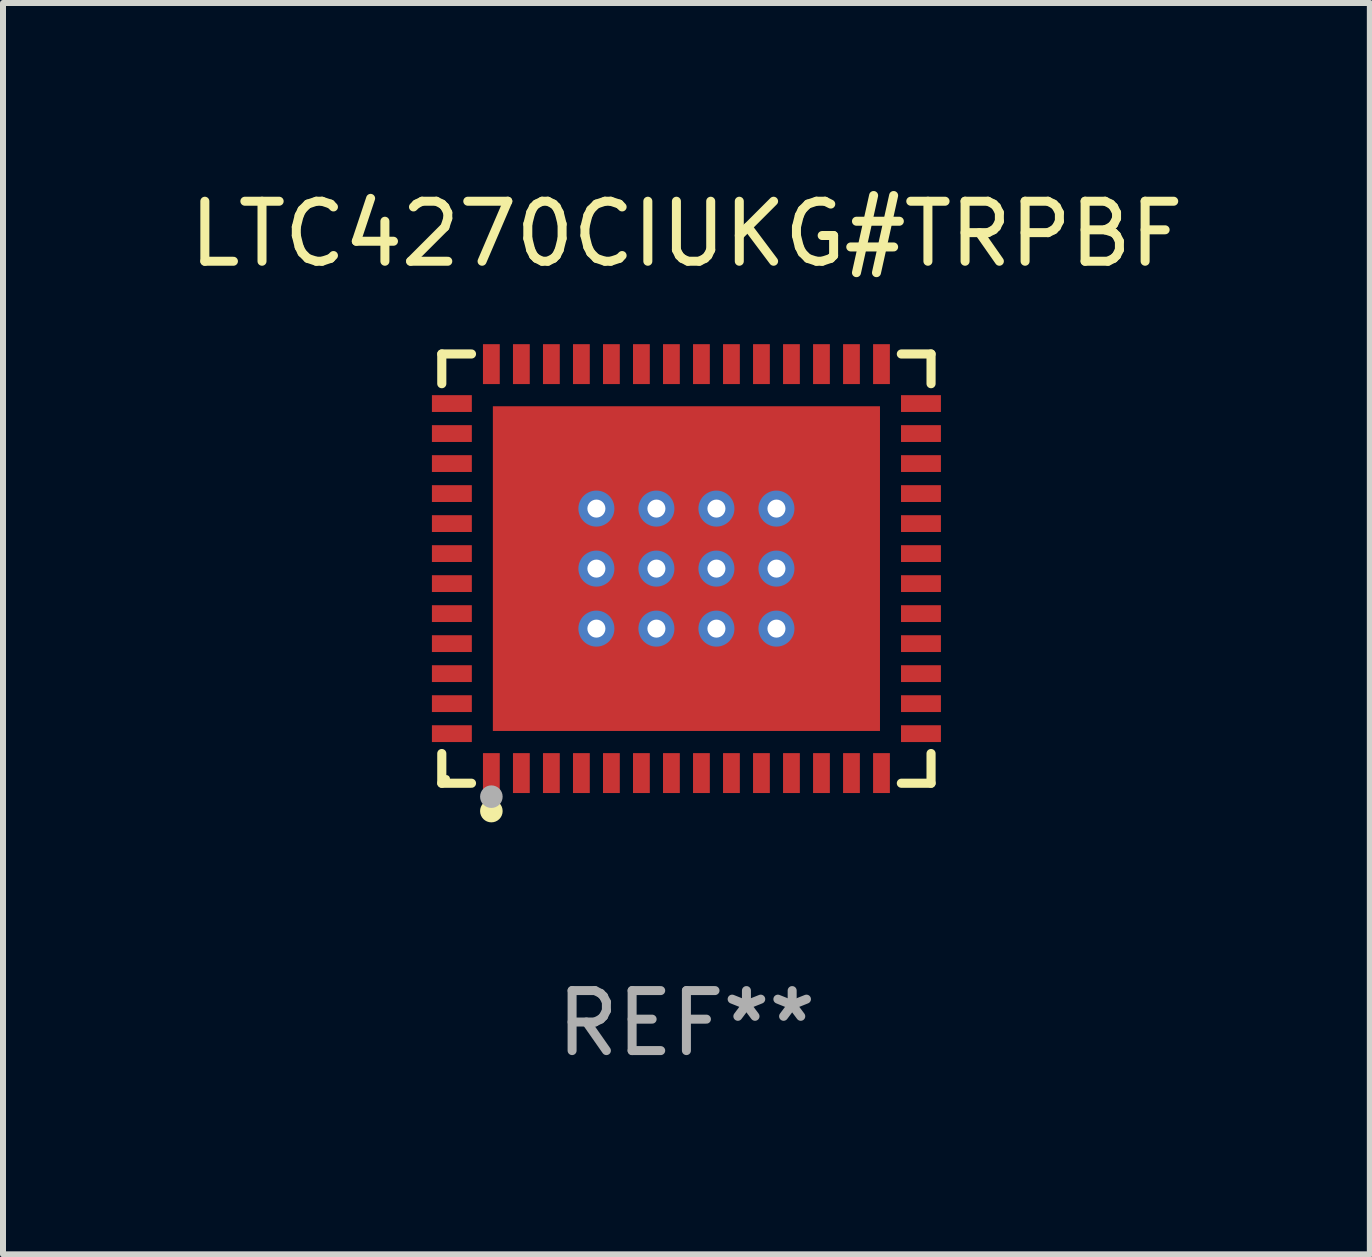
<source format=kicad_pcb>
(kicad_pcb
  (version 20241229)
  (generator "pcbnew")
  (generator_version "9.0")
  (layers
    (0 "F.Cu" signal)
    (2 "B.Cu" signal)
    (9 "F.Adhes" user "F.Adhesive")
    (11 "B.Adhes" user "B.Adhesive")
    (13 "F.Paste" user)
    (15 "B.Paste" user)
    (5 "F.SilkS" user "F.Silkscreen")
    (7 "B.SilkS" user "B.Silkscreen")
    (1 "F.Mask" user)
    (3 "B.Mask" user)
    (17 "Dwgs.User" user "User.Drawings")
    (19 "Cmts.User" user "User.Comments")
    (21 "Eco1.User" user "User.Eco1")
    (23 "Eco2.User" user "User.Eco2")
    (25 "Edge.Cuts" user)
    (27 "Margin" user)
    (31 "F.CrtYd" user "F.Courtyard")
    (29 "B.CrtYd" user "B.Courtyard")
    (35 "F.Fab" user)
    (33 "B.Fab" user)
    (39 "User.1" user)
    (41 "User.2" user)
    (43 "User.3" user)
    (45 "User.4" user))
  (footprint "LTC4270CIUKG#TRPBF"
    (layer "F.Cu")
    (at 8.387 6.424)
    (property "Reference" "LTC4270CIUKG#TRPBF" (at 0 -5.576 0) (layer "F.SilkS") (effects (font (size 1 1) (thickness 0.15))))
    (attr through_hole)
    (fp_line (start -4.076 -3.576) (end -3.581 -3.576) (stroke (width 0.152) (type solid)) (layer "F.SilkS"))
    (fp_line (start -4.076 -3.081) (end -4.076 -3.576) (stroke (width 0.152) (type solid)) (layer "F.SilkS"))
    (fp_line (start -4.076 3.081) (end -4.076 3.576) (stroke (width 0.152) (type solid)) (layer "F.SilkS"))
    (fp_line (start -4.076 3.576) (end -3.581 3.576) (stroke (width 0.152) (type solid)) (layer "F.SilkS"))
    (fp_line (start 4.076 -3.576) (end 3.581 -3.576) (stroke (width 0.152) (type solid)) (layer "F.SilkS"))
    (fp_line (start 4.076 -3.081) (end 4.076 -3.576) (stroke (width 0.152) (type solid)) (layer "F.SilkS"))
    (fp_line (start 4.076 3.081) (end 4.076 3.576) (stroke (width 0.152) (type solid)) (layer "F.SilkS"))
    (fp_line (start 4.076 3.576) (end 3.581 3.576) (stroke (width 0.152) (type solid)) (layer "F.SilkS"))
    (fp_circle (center -4 3.5) (end -3.97 3.5) (stroke (width 0.06) (type solid)) (fill no) (layer "F.SilkS"))
    (fp_circle (center -3.25 4.04) (end -3.156 4.04) (stroke (width 0.188) (type solid)) (fill no) (layer "F.SilkS"))
    (fp_circle (center -3.25 3.8) (end -3.156 3.8) (stroke (width 0.188) (type solid)) (fill no) (layer "F.Fab"))
    (fp_text user "REF**" (at 0 7.576 0) (layer "F.Fab") (effects (font (size 1 1) (thickness 0.15))))
    (pad "1" smd rect (at -3.25 3.407) (size 0.28 0.665) (layers "F.Cu" "F.Mask" "F.Paste"))
    (pad "2" smd rect (at -2.75 3.407) (size 0.28 0.665) (layers "F.Cu" "F.Mask" "F.Paste"))
    (pad "3" smd rect (at -2.25 3.407) (size 0.28 0.665) (layers "F.Cu" "F.Mask" "F.Paste"))
    (pad "4" smd rect (at -1.75 3.407) (size 0.28 0.665) (layers "F.Cu" "F.Mask" "F.Paste"))
    (pad "5" smd rect (at -1.25 3.407) (size 0.28 0.665) (layers "F.Cu" "F.Mask" "F.Paste"))
    (pad "6" smd rect (at -0.75 3.407) (size 0.28 0.665) (layers "F.Cu" "F.Mask" "F.Paste"))
    (pad "7" smd rect (at -0.25 3.407) (size 0.28 0.665) (layers "F.Cu" "F.Mask" "F.Paste"))
    (pad "8" smd rect (at 0.25 3.407) (size 0.28 0.665) (layers "F.Cu" "F.Mask" "F.Paste"))
    (pad "9" smd rect (at 0.75 3.407) (size 0.28 0.665) (layers "F.Cu" "F.Mask" "F.Paste"))
    (pad "10" smd rect (at 1.25 3.407) (size 0.28 0.665) (layers "F.Cu" "F.Mask" "F.Paste"))
    (pad "11" smd rect (at 1.75 3.407) (size 0.28 0.665) (layers "F.Cu" "F.Mask" "F.Paste"))
    (pad "12" smd rect (at 2.25 3.407) (size 0.28 0.665) (layers "F.Cu" "F.Mask" "F.Paste"))
    (pad "13" smd rect (at 2.75 3.407) (size 0.28 0.665) (layers "F.Cu" "F.Mask" "F.Paste"))
    (pad "14" smd rect (at 3.25 3.407) (size 0.28 0.665) (layers "F.Cu" "F.Mask" "F.Paste"))
    (pad "15" smd rect (at 3.908 2.75) (size 0.665 0.28) (layers "F.Cu" "F.Mask" "F.Paste"))
    (pad "16" smd rect (at 3.908 2.25) (size 0.665 0.28) (layers "F.Cu" "F.Mask" "F.Paste"))
    (pad "17" smd rect (at 3.908 1.75) (size 0.665 0.28) (layers "F.Cu" "F.Mask" "F.Paste"))
    (pad "18" smd rect (at 3.908 1.25) (size 0.665 0.28) (layers "F.Cu" "F.Mask" "F.Paste"))
    (pad "19" smd rect (at 3.908 0.75) (size 0.665 0.28) (layers "F.Cu" "F.Mask" "F.Paste"))
    (pad "20" smd rect (at 3.908 0.25) (size 0.665 0.28) (layers "F.Cu" "F.Mask" "F.Paste"))
    (pad "21" smd rect (at 3.908 -0.25) (size 0.665 0.28) (layers "F.Cu" "F.Mask" "F.Paste"))
    (pad "22" smd rect (at 3.908 -0.75) (size 0.665 0.28) (layers "F.Cu" "F.Mask" "F.Paste"))
    (pad "23" smd rect (at 3.908 -1.25) (size 0.665 0.28) (layers "F.Cu" "F.Mask" "F.Paste"))
    (pad "24" smd rect (at 3.908 -1.75) (size 0.665 0.28) (layers "F.Cu" "F.Mask" "F.Paste"))
    (pad "25" smd rect (at 3.908 -2.25) (size 0.665 0.28) (layers "F.Cu" "F.Mask" "F.Paste"))
    (pad "26" smd rect (at 3.908 -2.75) (size 0.665 0.28) (layers "F.Cu" "F.Mask" "F.Paste"))
    (pad "27" smd rect (at 3.25 -3.407) (size 0.28 0.665) (layers "F.Cu" "F.Mask" "F.Paste"))
    (pad "28" smd rect (at 2.75 -3.407) (size 0.28 0.665) (layers "F.Cu" "F.Mask" "F.Paste"))
    (pad "29" smd rect (at 2.25 -3.407) (size 0.28 0.665) (layers "F.Cu" "F.Mask" "F.Paste"))
    (pad "30" smd rect (at 1.75 -3.407) (size 0.28 0.665) (layers "F.Cu" "F.Mask" "F.Paste"))
    (pad "31" smd rect (at 1.25 -3.407) (size 0.28 0.665) (layers "F.Cu" "F.Mask" "F.Paste"))
    (pad "32" smd rect (at 0.75 -3.407) (size 0.28 0.665) (layers "F.Cu" "F.Mask" "F.Paste"))
    (pad "33" smd rect (at 0.25 -3.407) (size 0.28 0.665) (layers "F.Cu" "F.Mask" "F.Paste"))
    (pad "34" smd rect (at -0.25 -3.407) (size 0.28 0.665) (layers "F.Cu" "F.Mask" "F.Paste"))
    (pad "35" smd rect (at -0.75 -3.407) (size 0.28 0.665) (layers "F.Cu" "F.Mask" "F.Paste"))
    (pad "36" smd rect (at -1.25 -3.407) (size 0.28 0.665) (layers "F.Cu" "F.Mask" "F.Paste"))
    (pad "37" smd rect (at -1.75 -3.407) (size 0.28 0.665) (layers "F.Cu" "F.Mask" "F.Paste"))
    (pad "38" smd rect (at -2.25 -3.407) (size 0.28 0.665) (layers "F.Cu" "F.Mask" "F.Paste"))
    (pad "39" smd rect (at -2.75 -3.407) (size 0.28 0.665) (layers "F.Cu" "F.Mask" "F.Paste"))
    (pad "40" smd rect (at -3.25 -3.407) (size 0.28 0.665) (layers "F.Cu" "F.Mask" "F.Paste"))
    (pad "41" smd rect (at -3.908 -2.75) (size 0.665 0.28) (layers "F.Cu" "F.Mask" "F.Paste"))
    (pad "42" smd rect (at -3.908 -2.25) (size 0.665 0.28) (layers "F.Cu" "F.Mask" "F.Paste"))
    (pad "43" smd rect (at -3.908 -1.75) (size 0.665 0.28) (layers "F.Cu" "F.Mask" "F.Paste"))
    (pad "44" smd rect (at -3.908 -1.25) (size 0.665 0.28) (layers "F.Cu" "F.Mask" "F.Paste"))
    (pad "45" smd rect (at -3.908 -0.75) (size 0.665 0.28) (layers "F.Cu" "F.Mask" "F.Paste"))
    (pad "46" smd rect (at -3.908 -0.25) (size 0.665 0.28) (layers "F.Cu" "F.Mask" "F.Paste"))
    (pad "47" smd rect (at -3.908 0.25) (size 0.665 0.28) (layers "F.Cu" "F.Mask" "F.Paste"))
    (pad "48" smd rect (at -3.908 0.75) (size 0.665 0.28) (layers "F.Cu" "F.Mask" "F.Paste"))
    (pad "49" smd rect (at -3.908 1.25) (size 0.665 0.28) (layers "F.Cu" "F.Mask" "F.Paste"))
    (pad "50" smd rect (at -3.908 1.75) (size 0.665 0.28) (layers "F.Cu" "F.Mask" "F.Paste"))
    (pad "51" smd rect (at -3.908 2.25) (size 0.665 0.28) (layers "F.Cu" "F.Mask" "F.Paste"))
    (pad "52" smd rect (at -3.908 2.75) (size 0.665 0.28) (layers "F.Cu" "F.Mask" "F.Paste"))
    (pad "53" thru_hole circle (at -1.5 -1) (size 0.6 0.6) (drill 0.3) (layers "*.Cu" "*.Mask"))
    (pad "53" thru_hole circle (at -1.5 0) (size 0.6 0.6) (drill 0.3) (layers "*.Cu" "*.Mask"))
    (pad "53" thru_hole circle (at -1.5 1) (size 0.6 0.6) (drill 0.3) (layers "*.Cu" "*.Mask"))
    (pad "53" thru_hole circle (at -0.5 -1) (size 0.6 0.6) (drill 0.3) (layers "*.Cu" "*.Mask"))
    (pad "53" thru_hole circle (at -0.5 0) (size 0.6 0.6) (drill 0.3) (layers "*.Cu" "*.Mask"))
    (pad "53" thru_hole circle (at -0.5 1) (size 0.6 0.6) (drill 0.3) (layers "*.Cu" "*.Mask"))
    (pad "53" smd rect (at 0 0) (size 6.45 5.41) (layers "F.Cu" "F.Mask" "F.Paste"))
    (pad "53" thru_hole circle (at 0.5 -1) (size 0.6 0.6) (drill 0.3) (layers "*.Cu" "*.Mask"))
    (pad "53" thru_hole circle (at 0.5 0) (size 0.6 0.6) (drill 0.3) (layers "*.Cu" "*.Mask"))
    (pad "53" thru_hole circle (at 0.5 1) (size 0.6 0.6) (drill 0.3) (layers "*.Cu" "*.Mask"))
    (pad "53" thru_hole circle (at 1.5 -1) (size 0.6 0.6) (drill 0.3) (layers "*.Cu" "*.Mask"))
    (pad "53" thru_hole circle (at 1.5 0) (size 0.6 0.6) (drill 0.3) (layers "*.Cu" "*.Mask"))
    (pad "53" thru_hole circle (at 1.5 1) (size 0.6 0.6) (drill 0.3) (layers "*.Cu" "*.Mask")))
  (gr_rect
    (start -3 -3)
    (end 19.774 17.849)
    (stroke (width 0.1) (type default))
    (fill no)
    (layer "Edge.Cuts")))
</source>
